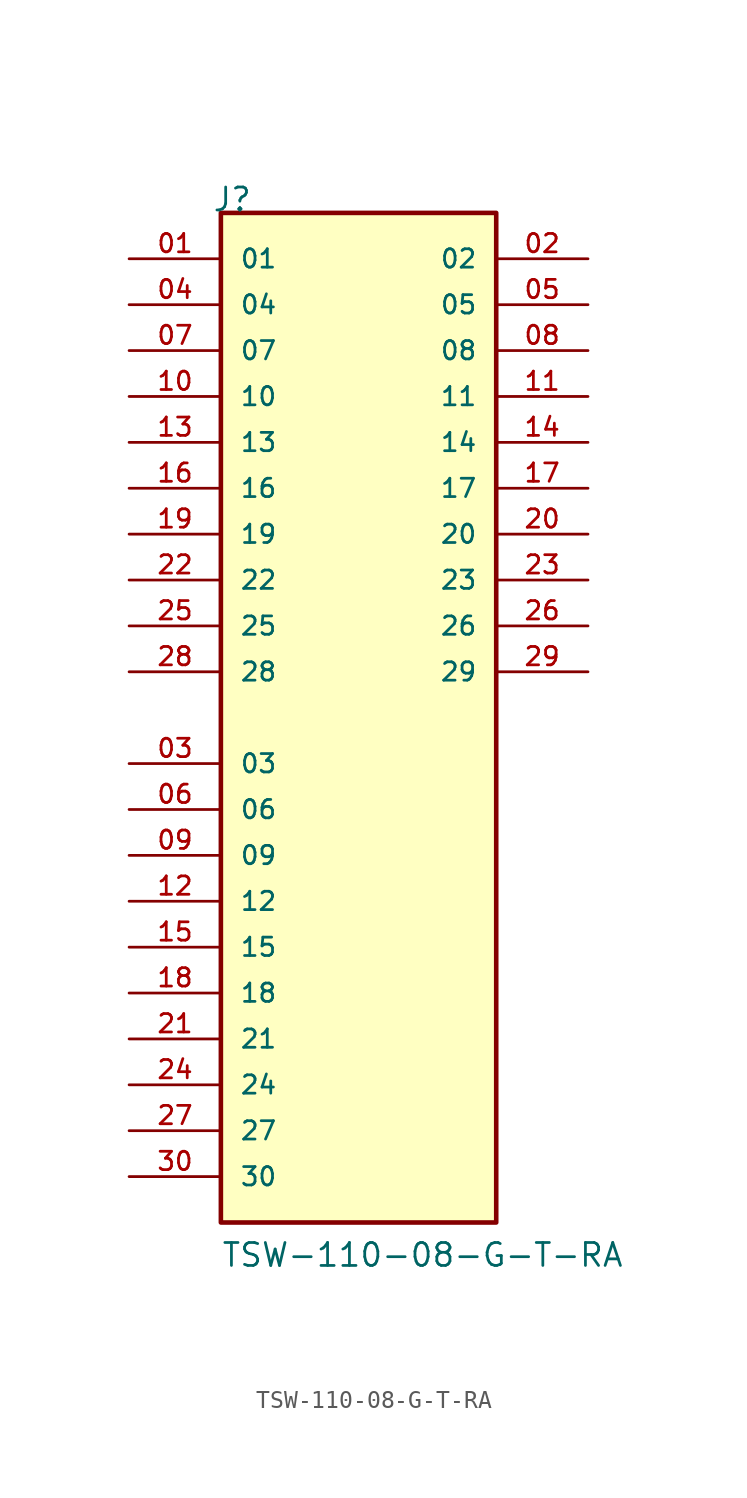
<source format=kicad_sym>
(kicad_symbol_lib
  (version 20211014)
  (generator kicad_symbol_editor)
  (symbol "TSW-110-08-G-T-RA"
    (pin_names
      (offset 1.016))
    (property "Reference" "J"
      (at -8.12 27.94 0)
      (effects (font (size 1.27 1.27)) (justify bottom left)))
    (property "Value" "TSW-110-08-G-T-RA"
      (at -7.62 -30.48 0)
      (effects (font (size 1.27 1.27)) (justify bottom left)))
    (symbol "TSW-110-08-G-T-RA_0_0"
      (rectangle (start -7.62 -27.94) (end 7.62 27.94) (stroke (width 0.254)) (fill (type background)))
      (pin passive line (at -12.7 25.4 0) (length 5.08) (name "01" (effects (font (size 1.016 1.016)))) (number "01" (effects (font (size 1.016 1.016)))))
      (pin passive line (at -12.7 22.86 0) (length 5.08) (name "04" (effects (font (size 1.016 1.016)))) (number "04" (effects (font (size 1.016 1.016)))))
      (pin passive line (at -12.7 20.32 0) (length 5.08) (name "07" (effects (font (size 1.016 1.016)))) (number "07" (effects (font (size 1.016 1.016)))))
      (pin passive line (at -12.7 17.78 0) (length 5.08) (name "10" (effects (font (size 1.016 1.016)))) (number "10" (effects (font (size 1.016 1.016)))))
      (pin passive line (at -12.7 15.24 0) (length 5.08) (name "13" (effects (font (size 1.016 1.016)))) (number "13" (effects (font (size 1.016 1.016)))))
      (pin passive line (at -12.7 12.7 0) (length 5.08) (name "16" (effects (font (size 1.016 1.016)))) (number "16" (effects (font (size 1.016 1.016)))))
      (pin passive line (at -12.7 10.16 0) (length 5.08) (name "19" (effects (font (size 1.016 1.016)))) (number "19" (effects (font (size 1.016 1.016)))))
      (pin passive line (at -12.7 7.62 0) (length 5.08) (name "22" (effects (font (size 1.016 1.016)))) (number "22" (effects (font (size 1.016 1.016)))))
      (pin passive line (at -12.7 5.08 0) (length 5.08) (name "25" (effects (font (size 1.016 1.016)))) (number "25" (effects (font (size 1.016 1.016)))))
      (pin passive line (at -12.7 2.54 0) (length 5.08) (name "28" (effects (font (size 1.016 1.016)))) (number "28" (effects (font (size 1.016 1.016)))))
      (pin passive line (at 12.7 25.4 180.0) (length 5.08) (name "02" (effects (font (size 1.016 1.016)))) (number "02" (effects (font (size 1.016 1.016)))))
      (pin passive line (at 12.7 22.86 180.0) (length 5.08) (name "05" (effects (font (size 1.016 1.016)))) (number "05" (effects (font (size 1.016 1.016)))))
      (pin passive line (at 12.7 20.32 180.0) (length 5.08) (name "08" (effects (font (size 1.016 1.016)))) (number "08" (effects (font (size 1.016 1.016)))))
      (pin passive line (at 12.7 17.78 180.0) (length 5.08) (name "11" (effects (font (size 1.016 1.016)))) (number "11" (effects (font (size 1.016 1.016)))))
      (pin passive line (at 12.7 15.24 180.0) (length 5.08) (name "14" (effects (font (size 1.016 1.016)))) (number "14" (effects (font (size 1.016 1.016)))))
      (pin passive line (at 12.7 12.7 180.0) (length 5.08) (name "17" (effects (font (size 1.016 1.016)))) (number "17" (effects (font (size 1.016 1.016)))))
      (pin passive line (at 12.7 10.16 180.0) (length 5.08) (name "20" (effects (font (size 1.016 1.016)))) (number "20" (effects (font (size 1.016 1.016)))))
      (pin passive line (at 12.7 7.62 180.0) (length 5.08) (name "23" (effects (font (size 1.016 1.016)))) (number "23" (effects (font (size 1.016 1.016)))))
      (pin passive line (at 12.7 5.08 180.0) (length 5.08) (name "26" (effects (font (size 1.016 1.016)))) (number "26" (effects (font (size 1.016 1.016)))))
      (pin passive line (at 12.7 2.54 180.0) (length 5.08) (name "29" (effects (font (size 1.016 1.016)))) (number "29" (effects (font (size 1.016 1.016)))))
      (pin passive line (at -12.7 -2.54 0) (length 5.08) (name "03" (effects (font (size 1.016 1.016)))) (number "03" (effects (font (size 1.016 1.016)))))
      (pin passive line (at -12.7 -5.08 0) (length 5.08) (name "06" (effects (font (size 1.016 1.016)))) (number "06" (effects (font (size 1.016 1.016)))))
      (pin passive line (at -12.7 -7.62 0) (length 5.08) (name "09" (effects (font (size 1.016 1.016)))) (number "09" (effects (font (size 1.016 1.016)))))
      (pin passive line (at -12.7 -10.16 0) (length 5.08) (name "12" (effects (font (size 1.016 1.016)))) (number "12" (effects (font (size 1.016 1.016)))))
      (pin passive line (at -12.7 -12.7 0) (length 5.08) (name "15" (effects (font (size 1.016 1.016)))) (number "15" (effects (font (size 1.016 1.016)))))
      (pin passive line (at -12.7 -15.24 0) (length 5.08) (name "18" (effects (font (size 1.016 1.016)))) (number "18" (effects (font (size 1.016 1.016)))))
      (pin passive line (at -12.7 -17.78 0) (length 5.08) (name "21" (effects (font (size 1.016 1.016)))) (number "21" (effects (font (size 1.016 1.016)))))
      (pin passive line (at -12.7 -20.32 0) (length 5.08) (name "24" (effects (font (size 1.016 1.016)))) (number "24" (effects (font (size 1.016 1.016)))))
      (pin passive line (at -12.7 -22.86 0) (length 5.08) (name "27" (effects (font (size 1.016 1.016)))) (number "27" (effects (font (size 1.016 1.016)))))
      (pin passive line (at -12.7 -25.4 0) (length 5.08) (name "30" (effects (font (size 1.016 1.016)))) (number "30" (effects (font (size 1.016 1.016))))))))
</source>
